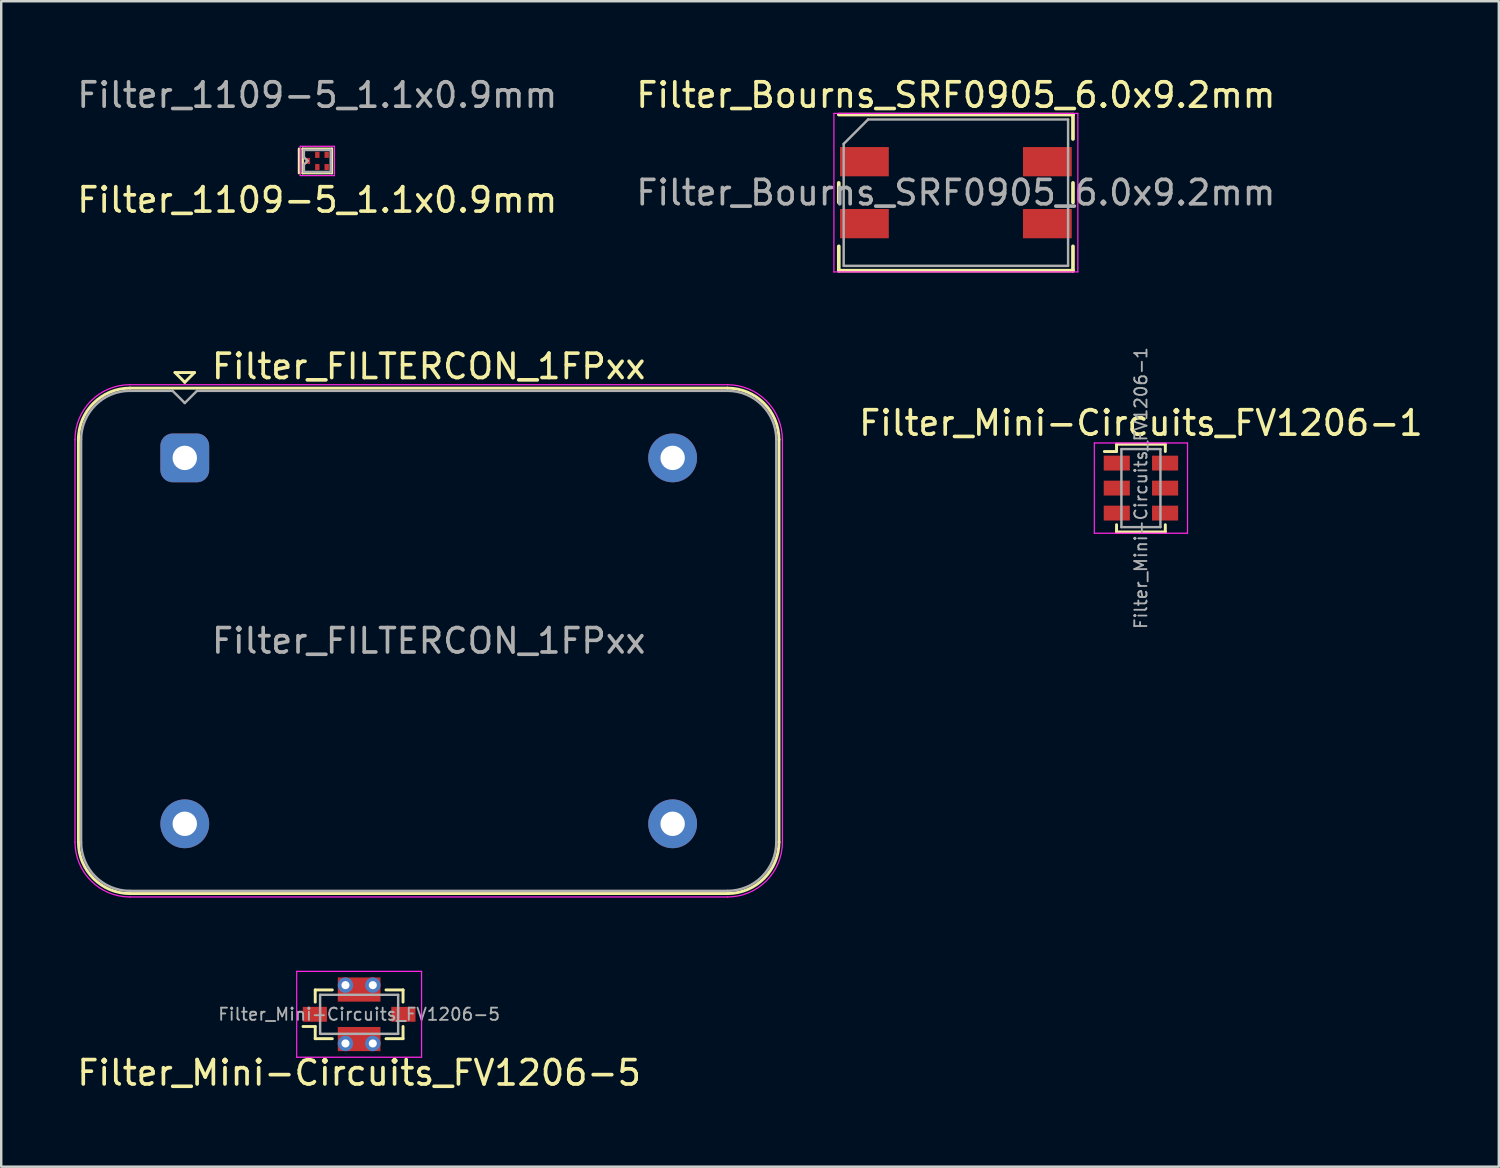
<source format=kicad_pcb>
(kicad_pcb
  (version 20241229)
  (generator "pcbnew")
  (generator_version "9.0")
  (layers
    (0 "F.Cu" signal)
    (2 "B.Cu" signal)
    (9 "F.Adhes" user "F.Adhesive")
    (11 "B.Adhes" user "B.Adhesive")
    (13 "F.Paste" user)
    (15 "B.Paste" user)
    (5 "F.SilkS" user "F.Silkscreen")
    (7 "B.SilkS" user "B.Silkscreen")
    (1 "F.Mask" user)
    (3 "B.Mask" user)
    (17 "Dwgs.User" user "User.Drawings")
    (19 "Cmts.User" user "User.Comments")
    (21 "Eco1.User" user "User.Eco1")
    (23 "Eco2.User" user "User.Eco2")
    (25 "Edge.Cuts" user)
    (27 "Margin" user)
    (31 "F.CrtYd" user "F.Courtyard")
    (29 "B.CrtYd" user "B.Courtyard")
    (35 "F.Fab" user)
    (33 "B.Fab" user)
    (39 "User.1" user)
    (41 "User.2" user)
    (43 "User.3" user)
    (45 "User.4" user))
  (footprint "Filter_Mini-Circuits_FV1206-1"
    (layer "F.Cu")
    (at 43.723 16.96)
    (property "Reference" "Filter_Mini-Circuits_FV1206-1" (at 0 -2.668 0) (layer "F.SilkS") (effects (font (size 1 1) (thickness 0.15))))
    (attr smd)
    (fp_line (start -1 -1.8) (end -1 -1.5) (stroke (width 0.12) (type solid)) (layer "F.SilkS"))
    (fp_line (start -1 -1.5) (end -1.5 -1.5) (stroke (width 0.12) (type solid)) (layer "F.SilkS"))
    (fp_line (start -1 1.8) (end -1 1.5) (stroke (width 0.12) (type solid)) (layer "F.SilkS"))
    (fp_line (start 1 -1.8) (end -1 -1.8) (stroke (width 0.12) (type solid)) (layer "F.SilkS"))
    (fp_line (start 1 -1.5) (end 1 -1.8) (stroke (width 0.12) (type solid)) (layer "F.SilkS"))
    (fp_line (start 1 1.5) (end 1 1.8) (stroke (width 0.12) (type solid)) (layer "F.SilkS"))
    (fp_line (start 1 1.8) (end -1 1.8) (stroke (width 0.12) (type solid)) (layer "F.SilkS"))
    (fp_line (start -1.91 -1.85) (end 1.91 -1.85) (stroke (width 0.05) (type solid)) (layer "F.CrtYd"))
    (fp_line (start -1.91 1.85) (end -1.91 -1.85) (stroke (width 0.05) (type solid)) (layer "F.CrtYd"))
    (fp_line (start 1.91 -1.85) (end 1.91 1.85) (stroke (width 0.05) (type solid)) (layer "F.CrtYd"))
    (fp_line (start 1.91 1.85) (end -1.91 1.85) (stroke (width 0.05) (type solid)) (layer "F.CrtYd"))
    (fp_line (start -0.8 -1.6) (end -0.8 1.6) (stroke (width 0.1) (type solid)) (layer "F.Fab"))
    (fp_line (start -0.8 1.6) (end 0.8 1.6) (stroke (width 0.1) (type solid)) (layer "F.Fab"))
    (fp_line (start 0.8 -1.6) (end -0.8 -1.6) (stroke (width 0.1) (type solid)) (layer "F.Fab"))
    (fp_line (start 0.8 1.6) (end 0.8 -1.6) (stroke (width 0.1) (type solid)) (layer "F.Fab"))
    (fp_text user "${REFERENCE}" (at 0 0 270) (layer "F.Fab") (effects (font (size 0.5 0.5) (thickness 0.075))))
    (pad "1" smd rect (at -0.99 -1.025 270) (size 0.61 1.07) (layers "F.Cu" "F.Mask" "F.Paste"))
    (pad "2" smd rect (at -0.99 0 270) (size 0.61 1.07) (layers "F.Cu" "F.Mask" "F.Paste"))
    (pad "3" smd rect (at -0.99 1.025 270) (size 0.61 1.07) (layers "F.Cu" "F.Mask" "F.Paste"))
    (pad "4" smd rect (at 0.99 1.025 270) (size 0.61 1.07) (layers "F.Cu" "F.Mask" "F.Paste"))
    (pad "5" smd rect (at 0.99 0 270) (size 0.61 1.07) (layers "F.Cu" "F.Mask" "F.Paste"))
    (pad "6" smd rect (at 0.99 -1.025 270) (size 0.61 1.07) (layers "F.Cu" "F.Mask" "F.Paste")))
  (footprint "Filter_FILTERCON_1FPxx"
    (layer "F.Cu")
    (at 4.525 15.722)
    (property "Reference" "Filter_FILTERCON_1FPxx" (at 10 -3.75 0) (layer "F.SilkS") (effects (font (size 1 1) (thickness 0.15))))
    (attr through_hole)
    (fp_line (start -4.36 15.75) (end -4.36 -0.86) (stroke (width 0.12) (type solid)) (layer "F.SilkS"))
    (fp_line (start -2.25 -2.86) (end 22.25 -2.86) (stroke (width 0.12) (type solid)) (layer "F.SilkS"))
    (fp_line (start -0.4 -3.5) (end 0.4 -3.5) (stroke (width 0.12) (type solid)) (layer "F.SilkS"))
    (fp_line (start 0 -3.1) (end -0.4 -3.5) (stroke (width 0.12) (type solid)) (layer "F.SilkS"))
    (fp_line (start 0.4 -3.5) (end 0 -3.1) (stroke (width 0.12) (type solid)) (layer "F.SilkS"))
    (fp_line (start 22.25 17.86) (end -2.25 17.86) (stroke (width 0.12) (type solid)) (layer "F.SilkS"))
    (fp_line (start 24.36 -0.75) (end 24.36 15.75) (stroke (width 0.12) (type solid)) (layer "F.SilkS"))
    (fp_arc (start -4.36 -0.75) (mid -3.741995 -2.241995) (end -2.25 -2.86) (stroke (width 0.12) (type solid)) (layer "F.SilkS"))
    (fp_arc (start -2.25 17.86) (mid -3.741995 17.241995) (end -4.36 15.75) (stroke (width 0.12) (type solid)) (layer "F.SilkS"))
    (fp_arc (start 22.25 -2.86) (mid 23.741995 -2.241995) (end 24.36 -0.75) (stroke (width 0.12) (type solid)) (layer "F.SilkS"))
    (fp_arc (start 24.36 15.75) (mid 23.741995 17.241995) (end 22.25 17.86) (stroke (width 0.12) (type solid)) (layer "F.SilkS"))
    (fp_line (start -4.5 15.75) (end -4.5 -0.75) (stroke (width 0.05) (type solid)) (layer "F.CrtYd"))
    (fp_line (start -2.25 -3) (end 22.25 -3) (stroke (width 0.05) (type solid)) (layer "F.CrtYd"))
    (fp_line (start 22.25 18) (end -2.25 18) (stroke (width 0.05) (type solid)) (layer "F.CrtYd"))
    (fp_line (start 24.5 -0.75) (end 24.5 15.75) (stroke (width 0.05) (type solid)) (layer "F.CrtYd"))
    (fp_arc (start -4.5 -0.75) (mid -3.84099 -2.34099) (end -2.25 -3) (stroke (width 0.05) (type solid)) (layer "F.CrtYd"))
    (fp_arc (start -2.25 18) (mid -3.84099 17.34099) (end -4.5 15.75) (stroke (width 0.05) (type solid)) (layer "F.CrtYd"))
    (fp_arc (start 22.25 -3) (mid 23.84099 -2.34099) (end 24.5 -0.75) (stroke (width 0.05) (type solid)) (layer "F.CrtYd"))
    (fp_arc (start 24.5 15.75) (mid 23.84099 17.34099) (end 22.25 18) (stroke (width 0.05) (type solid)) (layer "F.CrtYd"))
    (fp_line (start -4.25 -0.75) (end -4.25 15.75) (stroke (width 0.1) (type solid)) (layer "F.Fab"))
    (fp_line (start -2.25 -2.75) (end -0.5 -2.75) (stroke (width 0.1) (type solid)) (layer "F.Fab"))
    (fp_line (start -2.25 17.75) (end 22.25 17.75) (stroke (width 0.1) (type solid)) (layer "F.Fab"))
    (fp_line (start -0.5 -2.75) (end 0 -2.25) (stroke (width 0.1) (type solid)) (layer "F.Fab"))
    (fp_line (start 0 -2.25) (end 0.5 -2.75) (stroke (width 0.1) (type solid)) (layer "F.Fab"))
    (fp_line (start 0.5 -2.75) (end 22.25 -2.75) (stroke (width 0.1) (type solid)) (layer "F.Fab"))
    (fp_line (start 24.25 -0.75) (end 24.25 15.75) (stroke (width 0.1) (type solid)) (layer "F.Fab"))
    (fp_arc (start -4.25 -0.75) (mid -3.664214 -2.164214) (end -2.25 -2.75) (stroke (width 0.1) (type solid)) (layer "F.Fab"))
    (fp_arc (start -2.25 17.75) (mid -3.664214 17.164214) (end -4.25 15.75) (stroke (width 0.1) (type solid)) (layer "F.Fab"))
    (fp_arc (start 22.25 -2.75) (mid 23.664214 -2.164214) (end 24.25 -0.75) (stroke (width 0.1) (type solid)) (layer "F.Fab"))
    (fp_arc (start 24.25 15.75) (mid 23.664214 17.164214) (end 22.25 17.75) (stroke (width 0.1) (type solid)) (layer "F.Fab"))
    (fp_text user "${REFERENCE}" (at 10 7.5 0) (layer "F.Fab") (effects (font (size 1 1) (thickness 0.15))))
    (pad "1" thru_hole roundrect (at 0 0) (size 2 2) (drill 1) (layers "*.Cu" "*.Mask") (roundrect_rratio 0.25))
    (pad "2" thru_hole circle (at 20 0) (size 2 2) (drill 1) (layers "*.Cu" "*.Mask"))
    (pad "3" thru_hole circle (at 0 15) (size 2 2) (drill 1) (layers "*.Cu" "*.Mask"))
    (pad "4" thru_hole circle (at 20 15) (size 2 2) (drill 1) (layers "*.Cu" "*.Mask")))
  (footprint "Filter_1109-5_1.1x0.9mm"
    (layer "F.Cu")
    (at 9.958 3.548)
    (property "Reference" "Filter_1109-5_1.1x0.9mm" (at 0 1.6 0) (layer "F.SilkS") (effects (font (size 1 1) (thickness 0.15))))
    (attr smd)
    (fp_line (start -0.75 -0.5) (end -0.75 0.5) (stroke (width 0.1) (type solid)) (layer "F.SilkS"))
    (fp_line (start -0.6 -0.5) (end -0.6 0.5) (stroke (width 0.1) (type solid)) (layer "F.SilkS"))
    (fp_line (start -0.6 0.5) (end 0.6 0.5) (stroke (width 0.1) (type solid)) (layer "F.SilkS"))
    (fp_line (start 0.6 -0.5) (end -0.6 -0.5) (stroke (width 0.1) (type solid)) (layer "F.SilkS"))
    (fp_line (start 0.6 0.5) (end 0.6 -0.5) (stroke (width 0.1) (type solid)) (layer "F.SilkS"))
    (fp_line (start -0.7 -0.6) (end 0.7 -0.6) (stroke (width 0.05) (type solid)) (layer "F.CrtYd"))
    (fp_line (start -0.7 0.6) (end -0.7 -0.6) (stroke (width 0.05) (type solid)) (layer "F.CrtYd"))
    (fp_line (start 0.7 -0.6) (end 0.7 0.6) (stroke (width 0.05) (type solid)) (layer "F.CrtYd"))
    (fp_line (start 0.7 0.6) (end -0.7 0.6) (stroke (width 0.05) (type solid)) (layer "F.CrtYd"))
    (fp_line (start -0.55 -0.45) (end -0.55 -0.15) (stroke (width 0.1) (type solid)) (layer "F.Fab"))
    (fp_line (start -0.55 -0.45) (end 0.55 -0.45) (stroke (width 0.1) (type solid)) (layer "F.Fab"))
    (fp_line (start -0.55 -0.15) (end -0.4 0) (stroke (width 0.1) (type solid)) (layer "F.Fab"))
    (fp_line (start -0.55 0.15) (end -0.55 0.45) (stroke (width 0.1) (type solid)) (layer "F.Fab"))
    (fp_line (start -0.4 0) (end -0.55 0.15) (stroke (width 0.1) (type solid)) (layer "F.Fab"))
    (fp_line (start 0.55 -0.45) (end 0.55 0.45) (stroke (width 0.1) (type solid)) (layer "F.Fab"))
    (fp_line (start 0.55 0.45) (end -0.55 0.45) (stroke (width 0.1) (type solid)) (layer "F.Fab"))
    (fp_text user "${REFERENCE}" (at 0 -2.7 0) (layer "F.Fab") (effects (font (size 1 1) (thickness 0.15))))
    (pad "1" smd rect (at -0.385 0 90) (size 0.25 0.18) (layers "F.Cu" "F.Mask" "F.Paste"))
    (pad "2" smd rect (at 0 0.25 90) (size 0.25 0.18) (layers "F.Cu" "F.Mask" "F.Paste"))
    (pad "3" smd rect (at 0.385 0.25 90) (size 0.25 0.18) (layers "F.Cu" "F.Mask" "F.Paste"))
    (pad "4" smd rect (at 0.385 -0.25 90) (size 0.25 0.18) (layers "F.Cu" "F.Mask" "F.Paste"))
    (pad "5" smd rect (at 0 -0.25 90) (size 0.25 0.18) (layers "F.Cu" "F.Mask" "F.Paste")))
  (footprint "Filter_Bourns_SRF0905_6.0x9.2mm"
    (layer "F.Cu")
    (at 36.137 4.848)
    (property "Reference" "Filter_Bourns_SRF0905_6.0x9.2mm" (at 0 -4 180) (layer "F.SilkS") (effects (font (size 1 1) (thickness 0.15))))
    (attr smd)
    (fp_line (start -4.8 -0.4) (end -4.8 0.4) (stroke (width 0.15) (type solid)) (layer "F.SilkS"))
    (fp_line (start -4.8 2.2) (end -4.8 3.2) (stroke (width 0.15) (type solid)) (layer "F.SilkS"))
    (fp_line (start -4.8 3.2) (end 4.8 3.2) (stroke (width 0.15) (type solid)) (layer "F.SilkS"))
    (fp_line (start 4.8 -3.2) (end -4.8 -3.2) (stroke (width 0.15) (type solid)) (layer "F.SilkS"))
    (fp_line (start 4.8 -2.2) (end 4.8 -3.2) (stroke (width 0.15) (type solid)) (layer "F.SilkS"))
    (fp_line (start 4.8 -0.4) (end 4.8 0.4) (stroke (width 0.15) (type solid)) (layer "F.SilkS"))
    (fp_line (start 4.8 3.2) (end 4.8 2.2) (stroke (width 0.15) (type solid)) (layer "F.SilkS"))
    (fp_line (start -5 -3.25) (end -5 3.25) (stroke (width 0.05) (type solid)) (layer "F.CrtYd"))
    (fp_line (start -5 -3.25) (end 5 -3.25) (stroke (width 0.05) (type solid)) (layer "F.CrtYd"))
    (fp_line (start 5 3.25) (end -5 3.25) (stroke (width 0.05) (type solid)) (layer "F.CrtYd"))
    (fp_line (start 5 3.25) (end 5 -3.25) (stroke (width 0.05) (type solid)) (layer "F.CrtYd"))
    (fp_line (start -4.6 -2) (end -3.6 -3) (stroke (width 0.1) (type solid)) (layer "F.Fab"))
    (fp_line (start -4.6 3) (end -4.6 -2) (stroke (width 0.1) (type solid)) (layer "F.Fab"))
    (fp_line (start -3.6 -3) (end 4.6 -3) (stroke (width 0.1) (type solid)) (layer "F.Fab"))
    (fp_line (start 4.6 -3) (end 4.6 3) (stroke (width 0.1) (type solid)) (layer "F.Fab"))
    (fp_line (start 4.6 3) (end -4.6 3) (stroke (width 0.1) (type solid)) (layer "F.Fab"))
    (fp_text user "${REFERENCE}" (at 0 0 0) (layer "F.Fab") (effects (font (size 1 1) (thickness 0.15))))
    (pad "1" smd rect (at -3.75 -1.27) (size 2 1.2) (layers "F.Cu" "F.Mask" "F.Paste"))
    (pad "2" smd rect (at -3.75 1.27) (size 2 1.2) (layers "F.Cu" "F.Mask" "F.Paste"))
    (pad "3" smd rect (at 3.75 1.27) (size 2 1.2) (layers "F.Cu" "F.Mask" "F.Paste"))
    (pad "4" smd rect (at 3.75 -1.27) (size 2 1.2) (layers "F.Cu" "F.Mask" "F.Paste")))
  (footprint "Filter_Mini-Circuits_FV1206-5"
    (layer "F.Cu")
    (at 11.673 38.532)
    (property "Reference" "Filter_Mini-Circuits_FV1206-5" (at 0 2.4 0) (layer "F.SilkS") (effects (font (size 1 1) (thickness 0.15))))
    (attr smd)
    (fp_line (start -2.3 0.5) (end -1.8 0.5) (stroke (width 0.12) (type solid)) (layer "F.SilkS"))
    (fp_line (start -1.8 -1) (end -1.1 -1) (stroke (width 0.12) (type solid)) (layer "F.SilkS"))
    (fp_line (start -1.8 -0.5) (end -1.8 -1) (stroke (width 0.12) (type solid)) (layer "F.SilkS"))
    (fp_line (start -1.8 0.5) (end -1.8 1) (stroke (width 0.12) (type solid)) (layer "F.SilkS"))
    (fp_line (start -1.8 1) (end -1.1 1) (stroke (width 0.12) (type solid)) (layer "F.SilkS"))
    (fp_line (start 1.1 -1) (end 1.8 -1) (stroke (width 0.12) (type solid)) (layer "F.SilkS"))
    (fp_line (start 1.8 -1) (end 1.8 -0.5) (stroke (width 0.12) (type solid)) (layer "F.SilkS"))
    (fp_line (start 1.8 0.5) (end 1.8 1) (stroke (width 0.12) (type solid)) (layer "F.SilkS"))
    (fp_line (start 1.8 1) (end 1.1 1) (stroke (width 0.12) (type solid)) (layer "F.SilkS"))
    (fp_line (start -2.56 -1.76) (end -2.56 1.76) (stroke (width 0.05) (type solid)) (layer "F.CrtYd"))
    (fp_line (start -2.56 1.76) (end 2.56 1.76) (stroke (width 0.05) (type solid)) (layer "F.CrtYd"))
    (fp_line (start 2.56 -1.76) (end -2.56 -1.76) (stroke (width 0.05) (type solid)) (layer "F.CrtYd"))
    (fp_line (start 2.56 1.76) (end 2.56 -1.76) (stroke (width 0.05) (type solid)) (layer "F.CrtYd"))
    (fp_line (start -1.6 -0.8) (end -1.6 0.8) (stroke (width 0.1) (type solid)) (layer "F.Fab"))
    (fp_line (start -1.6 0.8) (end 1.6 0.8) (stroke (width 0.1) (type solid)) (layer "F.Fab"))
    (fp_line (start 1.6 -0.8) (end -1.6 -0.8) (stroke (width 0.1) (type solid)) (layer "F.Fab"))
    (fp_line (start 1.6 0.8) (end 1.6 -0.8) (stroke (width 0.1) (type solid)) (layer "F.Fab"))
    (fp_text user "${REFERENCE}" (at 0 0 0) (layer "F.Fab") (effects (font (size 0.5 0.5) (thickness 0.075))))
    (pad "1" smd rect (at -1.815 0) (size 0.99 0.61) (layers "F.Cu" "F.Mask" "F.Paste"))
    (pad "2" thru_hole circle (at -0.56 1.195) (size 0.63 0.63) (drill 0.33) (layers "*.Cu" "*.Mask"))
    (pad "2" smd rect (at 0 1.015) (size 1.75 0.99) (layers "F.Cu" "F.Mask" "F.Paste"))
    (pad "2" thru_hole circle (at 0.56 1.195) (size 0.63 0.63) (drill 0.33) (layers "*.Cu" "*.Mask"))
    (pad "3" smd rect (at 1.815 0) (size 0.99 0.61) (layers "F.Cu" "F.Mask" "F.Paste"))
    (pad "4" thru_hole circle (at -0.56 -1.195) (size 0.63 0.63) (drill 0.33) (layers "*.Cu" "*.Mask"))
    (pad "4" smd rect (at 0 -1.015) (size 1.75 0.99) (layers "F.Cu" "F.Mask" "F.Paste"))
    (pad "4" thru_hole circle (at 0.56 -1.195) (size 0.63 0.63) (drill 0.33) (layers "*.Cu" "*.Mask")))
  (gr_rect
    (start -3 -3)
    (end 58.395 44.78)
    (stroke (width 0.1) (type default))
    (fill no)
    (layer "Edge.Cuts")))
</source>
